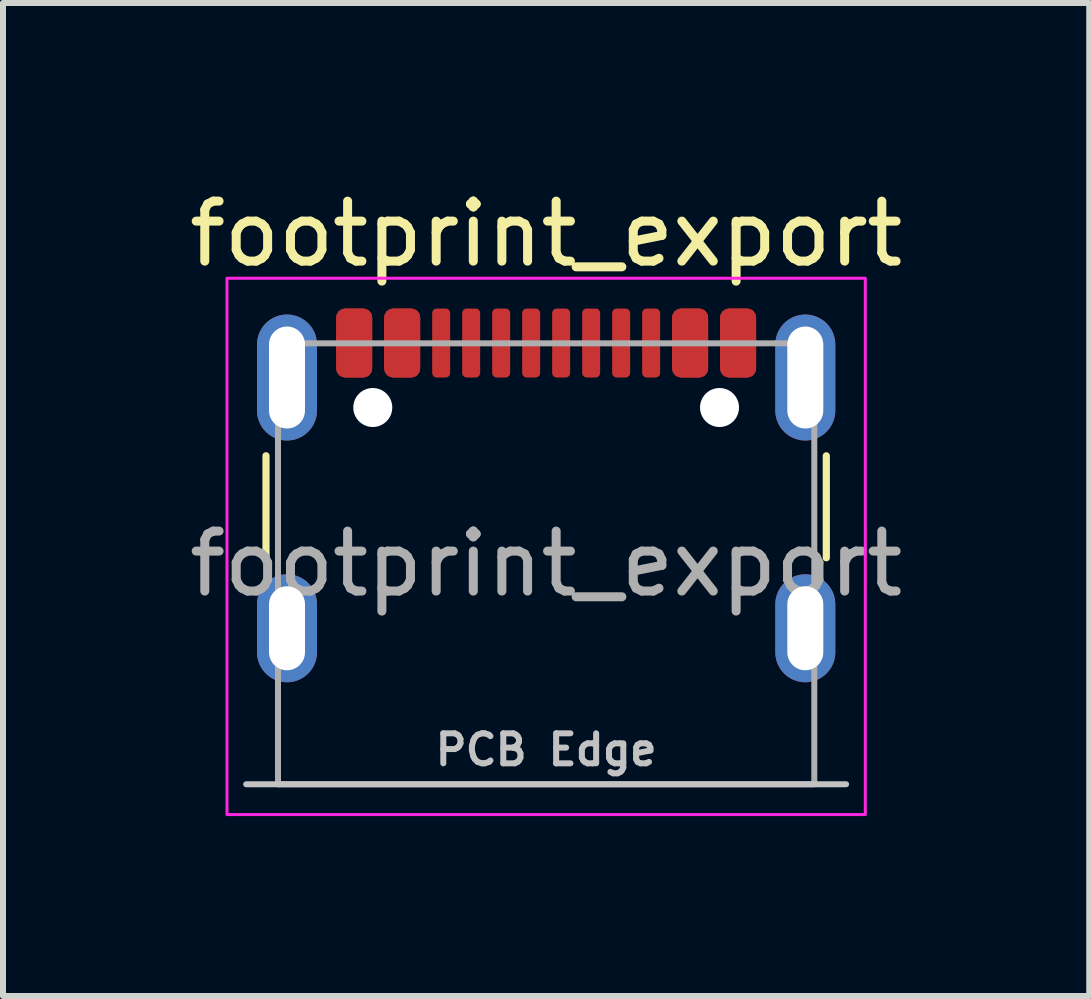
<source format=kicad_pcb>
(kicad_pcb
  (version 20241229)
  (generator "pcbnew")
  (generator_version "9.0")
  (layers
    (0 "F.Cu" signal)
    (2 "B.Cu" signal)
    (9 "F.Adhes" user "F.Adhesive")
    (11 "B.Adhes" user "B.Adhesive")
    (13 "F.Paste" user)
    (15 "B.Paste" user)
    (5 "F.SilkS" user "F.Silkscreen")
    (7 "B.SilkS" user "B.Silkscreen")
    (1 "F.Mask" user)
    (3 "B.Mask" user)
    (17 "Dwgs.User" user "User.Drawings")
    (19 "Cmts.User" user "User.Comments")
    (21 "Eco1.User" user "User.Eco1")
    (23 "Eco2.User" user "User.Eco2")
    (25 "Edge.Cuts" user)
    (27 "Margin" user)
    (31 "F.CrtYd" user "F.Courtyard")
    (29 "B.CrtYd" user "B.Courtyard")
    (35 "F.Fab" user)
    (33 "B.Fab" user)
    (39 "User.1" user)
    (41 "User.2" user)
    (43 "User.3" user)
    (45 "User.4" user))
  (footprint "footprint_export"
    (layer "F.Cu")
    (at 6.054 6.348)
    (property "Reference" "footprint_export" (at 0 -5.5 0) (unlocked yes) (layer "F.SilkS") (effects (font (size 1 1) (thickness 0.15))))
    (attr smd)
    (fp_line (start -4.67 -0.1) (end -4.67 -1.8) (stroke (width 0.12) (type solid)) (layer "F.SilkS"))
    (fp_line (start 4.67 -0.1) (end 4.67 -1.8) (stroke (width 0.12) (type solid)) (layer "F.SilkS"))
    (fp_line (start 5 3.675) (end -5 3.675) (stroke (width 0.1) (type solid)) (layer "Dwgs.User"))
    (fp_rect (start -5.32 -4.76) (end 5.32 4.18) (stroke (width 0.05) (type solid)) (fill no) (layer "F.CrtYd"))
    (fp_rect (start -4.47 -3.675) (end 4.47 3.675) (stroke (width 0.1) (type solid)) (fill no) (layer "F.Fab"))
    (fp_text user "PCB Edge" (at 0 3.1 0) (unlocked yes) (layer "Dwgs.User") (effects (font (size 0.5 0.5) (thickness 0.1))))
    (fp_text user "${REFERENCE}" (at 0 0 0) (unlocked yes) (layer "F.Fab") (effects (font (size 1 1) (thickness 0.15))))
    (pad "" np_thru_hole circle (at -2.89 -2.605) (size 0.65 0.65) (drill 0.65) (layers "*.Cu" "*.Mask"))
    (pad "" np_thru_hole circle (at 2.89 -2.605) (size 0.65 0.65) (drill 0.65) (layers "*.Cu" "*.Mask"))
    (pad "A1" smd roundrect (at -3.2 -3.68) (size 0.6 1.15) (layers "F.Cu" "F.Mask" "F.Paste") (roundrect_rratio 0.25))
    (pad "A4" smd roundrect (at -2.4 -3.68) (size 0.6 1.15) (layers "F.Cu" "F.Mask" "F.Paste") (roundrect_rratio 0.25))
    (pad "A5" smd roundrect (at -1.25 -3.68) (size 0.3 1.15) (layers "F.Cu" "F.Mask" "F.Paste") (roundrect_rratio 0.25))
    (pad "A6" smd roundrect (at -0.25 -3.68) (size 0.3 1.15) (layers "F.Cu" "F.Mask" "F.Paste") (roundrect_rratio 0.25))
    (pad "A7" smd roundrect (at 0.25 -3.68) (size 0.3 1.15) (layers "F.Cu" "F.Mask" "F.Paste") (roundrect_rratio 0.25))
    (pad "A8" smd roundrect (at 1.25 -3.68) (size 0.3 1.15) (layers "F.Cu" "F.Mask" "F.Paste") (roundrect_rratio 0.25))
    (pad "A9" smd roundrect (at 2.4 -3.68) (size 0.6 1.15) (layers "F.Cu" "F.Mask" "F.Paste") (roundrect_rratio 0.25))
    (pad "A12" smd roundrect (at 3.2 -3.68) (size 0.6 1.15) (layers "F.Cu" "F.Mask" "F.Paste") (roundrect_rratio 0.25))
    (pad "B1" smd roundrect (at 3.2 -3.68) (size 0.6 1.15) (layers "F.Cu" "F.Mask" "F.Paste") (roundrect_rratio 0.25))
    (pad "B4" smd roundrect (at 2.4 -3.68) (size 0.6 1.15) (layers "F.Cu" "F.Mask" "F.Paste") (roundrect_rratio 0.25))
    (pad "B5" smd roundrect (at 1.75 -3.68) (size 0.3 1.15) (layers "F.Cu" "F.Mask" "F.Paste") (roundrect_rratio 0.25))
    (pad "B6" smd roundrect (at 0.75 -3.68) (size 0.3 1.15) (layers "F.Cu" "F.Mask" "F.Paste") (roundrect_rratio 0.25))
    (pad "B7" smd roundrect (at -0.75 -3.68) (size 0.3 1.15) (layers "F.Cu" "F.Mask" "F.Paste") (roundrect_rratio 0.25))
    (pad "B8" smd roundrect (at -1.75 -3.68) (size 0.3 1.15) (layers "F.Cu" "F.Mask" "F.Paste") (roundrect_rratio 0.25))
    (pad "B9" smd roundrect (at -2.4 -3.68) (size 0.6 1.15) (layers "F.Cu" "F.Mask" "F.Paste") (roundrect_rratio 0.25))
    (pad "B12" smd roundrect (at -3.2 -3.68) (size 0.6 1.15) (layers "F.Cu" "F.Mask" "F.Paste") (roundrect_rratio 0.25))
    (pad "S1" thru_hole oval (at -4.32 -3.105) (size 1 2.1) (drill oval 0.6 1.7) (layers "*.Cu" "*.Mask" "F.Paste"))
    (pad "S1" thru_hole oval (at -4.32 1.075) (size 1 1.8) (drill oval 0.6 1.4) (layers "*.Cu" "*.Mask" "F.Paste"))
    (pad "S1" thru_hole oval (at 4.32 -3.105) (size 1 2.1) (drill oval 0.6 1.7) (layers "*.Cu" "*.Mask" "F.Paste"))
    (pad "S1" thru_hole oval (at 4.32 1.075) (size 1 1.8) (drill oval 0.6 1.4) (layers "*.Cu" "*.Mask" "F.Paste")))
  (gr_rect
    (start -3 -3)
    (end 15.107 13.553)
    (stroke (width 0.1) (type default))
    (fill no)
    (layer "Edge.Cuts")))
</source>
